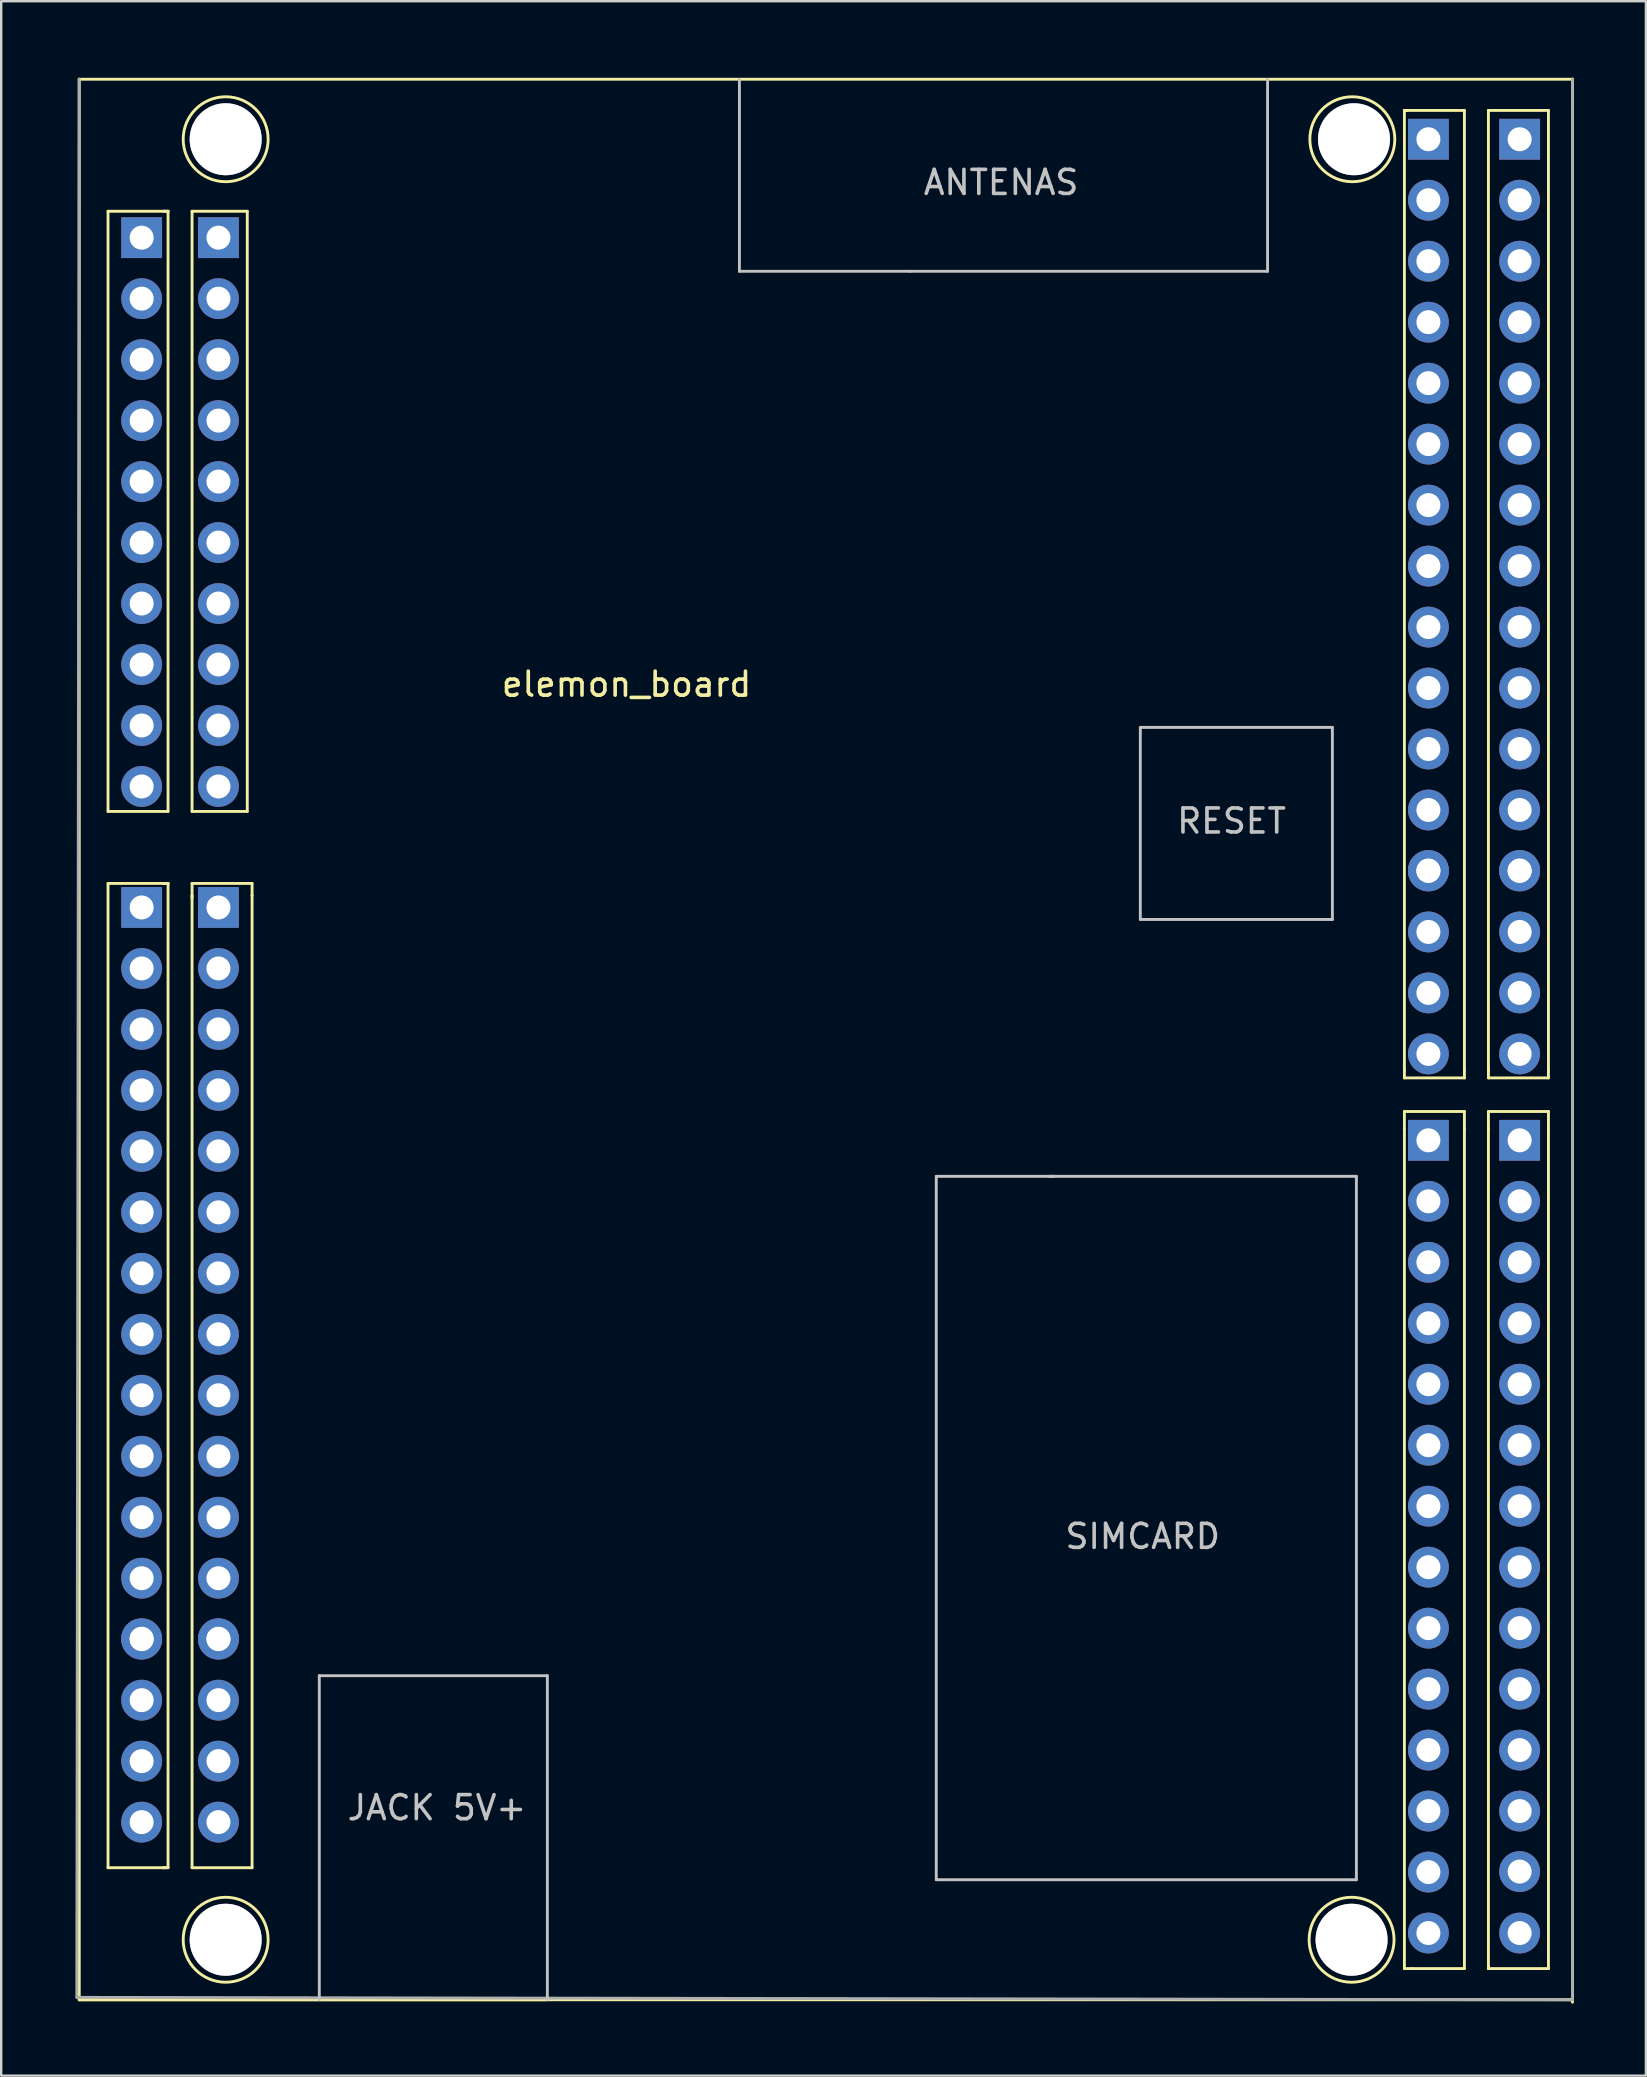
<source format=kicad_pcb>
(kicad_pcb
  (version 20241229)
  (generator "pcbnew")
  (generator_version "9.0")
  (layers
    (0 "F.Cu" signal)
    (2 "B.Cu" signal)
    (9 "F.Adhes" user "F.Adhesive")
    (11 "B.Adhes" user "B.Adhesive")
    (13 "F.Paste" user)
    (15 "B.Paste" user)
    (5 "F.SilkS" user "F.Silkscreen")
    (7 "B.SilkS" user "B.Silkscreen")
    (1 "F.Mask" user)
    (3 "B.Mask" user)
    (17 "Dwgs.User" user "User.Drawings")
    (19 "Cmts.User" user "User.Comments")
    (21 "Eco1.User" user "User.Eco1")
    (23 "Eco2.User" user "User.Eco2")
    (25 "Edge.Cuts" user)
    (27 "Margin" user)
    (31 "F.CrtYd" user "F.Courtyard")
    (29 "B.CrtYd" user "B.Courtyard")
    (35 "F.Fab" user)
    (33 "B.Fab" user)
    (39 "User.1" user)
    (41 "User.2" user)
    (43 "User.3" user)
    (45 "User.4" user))
  (footprint "elemon_board"
    (layer "F.Cu")
    (at 0.25 0.25)
    (property "Reference" "elemon_board" (at 22.8 25.2 0) (layer "F.SilkS") (effects (font (size 1 1) (thickness 0.15))))
    (attr through_hole)
    (fp_line (start 0 0) (end 62.2 0) (stroke (width 0.12) (type solid)) (layer "F.SilkS"))
    (fp_line (start 0 80) (end 0 0) (stroke (width 0.12) (type solid)) (layer "F.SilkS"))
    (fp_line (start 0 80) (end 19.5 80) (stroke (width 0.12) (type solid)) (layer "F.SilkS"))
    (fp_line (start 0.1 80) (end 0 80) (stroke (width 0.12) (type solid)) (layer "F.SilkS"))
    (fp_line (start 0.1 80) (end 62.1 80) (stroke (width 0.12) (type solid)) (layer "F.SilkS"))
    (fp_line (start 1.2 5.5) (end 3.7 5.5) (stroke (width 0.12) (type solid)) (layer "F.SilkS"))
    (fp_line (start 1.2 30.5) (end 1.2 5.5) (stroke (width 0.12) (type solid)) (layer "F.SilkS"))
    (fp_line (start 1.2 30.5) (end 3.7 30.5) (stroke (width 0.12) (type solid)) (layer "F.SilkS"))
    (fp_line (start 1.2 33.5) (end 1.2 74.5) (stroke (width 0.12) (type solid)) (layer "F.SilkS"))
    (fp_line (start 1.2 33.5) (end 3.7 33.5) (stroke (width 0.12) (type solid)) (layer "F.SilkS"))
    (fp_line (start 1.2 74.5) (end 3.6 74.5) (stroke (width 0.12) (type solid)) (layer "F.SilkS"))
    (fp_line (start 3.5 5.5) (end 3.7 5.5) (stroke (width 0.12) (type solid)) (layer "F.SilkS"))
    (fp_line (start 3.5 33.5) (end 3.7 33.5) (stroke (width 0.12) (type solid)) (layer "F.SilkS"))
    (fp_line (start 3.7 5.5) (end 3.7 30.5) (stroke (width 0.12) (type solid)) (layer "F.SilkS"))
    (fp_line (start 3.7 33.5) (end 3.7 74.5) (stroke (width 0.12) (type solid)) (layer "F.SilkS"))
    (fp_line (start 3.7 74.5) (end 3.5 74.5) (stroke (width 0.12) (type solid)) (layer "F.SilkS"))
    (fp_line (start 4.7 5.5) (end 7 5.5) (stroke (width 0.12) (type solid)) (layer "F.SilkS"))
    (fp_line (start 4.7 30.5) (end 4.7 5.5) (stroke (width 0.12) (type solid)) (layer "F.SilkS"))
    (fp_line (start 4.7 30.5) (end 7 30.5) (stroke (width 0.12) (type solid)) (layer "F.SilkS"))
    (fp_line (start 4.7 33.5) (end 4.7 34.1) (stroke (width 0.12) (type solid)) (layer "F.SilkS"))
    (fp_line (start 4.7 34) (end 4.7 74.5) (stroke (width 0.12) (type solid)) (layer "F.SilkS"))
    (fp_line (start 4.7 74.5) (end 7.2 74.5) (stroke (width 0.12) (type solid)) (layer "F.SilkS"))
    (fp_line (start 7 30.5) (end 7 5.5) (stroke (width 0.12) (type solid)) (layer "F.SilkS"))
    (fp_line (start 7.2 33.5) (end 4.7 33.5) (stroke (width 0.12) (type solid)) (layer "F.SilkS"))
    (fp_line (start 7.2 34) (end 7.2 33.5) (stroke (width 0.12) (type solid)) (layer "F.SilkS"))
    (fp_line (start 7.2 34) (end 7.2 74.5) (stroke (width 0.12) (type solid)) (layer "F.SilkS"))
    (fp_line (start 55.2 1.3) (end 55.3 1.3) (stroke (width 0.12) (type solid)) (layer "F.SilkS"))
    (fp_line (start 55.2 41.3) (end 55.2 1.3) (stroke (width 0.12) (type solid)) (layer "F.SilkS"))
    (fp_line (start 55.2 41.6) (end 55.2 41.3) (stroke (width 0.12) (type solid)) (layer "F.SilkS"))
    (fp_line (start 55.2 43) (end 55.2 43.7) (stroke (width 0.12) (type solid)) (layer "F.SilkS"))
    (fp_line (start 55.2 43.7) (end 55.2 78.7) (stroke (width 0.12) (type solid)) (layer "F.SilkS"))
    (fp_line (start 55.2 78.7) (end 55.5 78.7) (stroke (width 0.12) (type solid)) (layer "F.SilkS"))
    (fp_line (start 55.3 1.3) (end 55.2 1.3) (stroke (width 0.12) (type solid)) (layer "F.SilkS"))
    (fp_line (start 55.3 1.3) (end 57.7 1.3) (stroke (width 0.12) (type solid)) (layer "F.SilkS"))
    (fp_line (start 57.7 41.3) (end 57.7 1.3) (stroke (width 0.12) (type solid)) (layer "F.SilkS"))
    (fp_line (start 57.7 41.3) (end 57.7 41.6) (stroke (width 0.12) (type solid)) (layer "F.SilkS"))
    (fp_line (start 57.7 41.6) (end 55.2 41.6) (stroke (width 0.12) (type solid)) (layer "F.SilkS"))
    (fp_line (start 57.7 43) (end 55.2 43) (stroke (width 0.12) (type solid)) (layer "F.SilkS"))
    (fp_line (start 57.7 43.7) (end 57.7 43) (stroke (width 0.12) (type solid)) (layer "F.SilkS"))
    (fp_line (start 57.7 43.7) (end 57.7 78.7) (stroke (width 0.12) (type solid)) (layer "F.SilkS"))
    (fp_line (start 57.7 78.7) (end 55.5 78.7) (stroke (width 0.12) (type solid)) (layer "F.SilkS"))
    (fp_line (start 58.7 1.3) (end 61.2 1.3) (stroke (width 0.12) (type solid)) (layer "F.SilkS"))
    (fp_line (start 58.7 41.3) (end 58.7 1.3) (stroke (width 0.12) (type solid)) (layer "F.SilkS"))
    (fp_line (start 58.7 41.6) (end 58.7 41.2) (stroke (width 0.12) (type solid)) (layer "F.SilkS"))
    (fp_line (start 58.7 43) (end 61.2 43) (stroke (width 0.12) (type solid)) (layer "F.SilkS"))
    (fp_line (start 58.7 43.7) (end 58.7 43) (stroke (width 0.12) (type solid)) (layer "F.SilkS"))
    (fp_line (start 58.7 78.6) (end 58.7 78.7) (stroke (width 0.12) (type solid)) (layer "F.SilkS"))
    (fp_line (start 58.7 78.7) (end 58.7 43.7) (stroke (width 0.12) (type solid)) (layer "F.SilkS"))
    (fp_line (start 58.7 78.7) (end 58.7 78.6) (stroke (width 0.12) (type solid)) (layer "F.SilkS"))
    (fp_line (start 58.7 78.7) (end 61.2 78.7) (stroke (width 0.12) (type solid)) (layer "F.SilkS"))
    (fp_line (start 61.2 1.3) (end 61.2 41.3) (stroke (width 0.12) (type solid)) (layer "F.SilkS"))
    (fp_line (start 61.2 41.3) (end 61.2 41.6) (stroke (width 0.12) (type solid)) (layer "F.SilkS"))
    (fp_line (start 61.2 41.6) (end 58.7 41.6) (stroke (width 0.12) (type solid)) (layer "F.SilkS"))
    (fp_line (start 61.2 43.7) (end 61.2 43) (stroke (width 0.12) (type solid)) (layer "F.SilkS"))
    (fp_line (start 61.2 43.7) (end 61.2 78.7) (stroke (width 0.12) (type solid)) (layer "F.SilkS"))
    (fp_line (start 62.1 80) (end 62.2 80) (stroke (width 0.12) (type solid)) (layer "F.SilkS"))
    (fp_line (start 62.2 0) (end 62.2 1) (stroke (width 0.12) (type solid)) (layer "F.SilkS"))
    (fp_line (start 62.2 0) (end 62.2 80.1) (stroke (width 0.12) (type solid)) (layer "F.SilkS"))
    (fp_circle (center 2.6 6.6) (end 2.8 6.4) (stroke (width 0.12) (type solid)) (fill no) (layer "F.SilkS"))
    (fp_circle (center 2.6 34.5) (end 2.9 34.4) (stroke (width 0.12) (type solid)) (fill no) (layer "F.SilkS"))
    (fp_circle (center 5.8 6.7) (end 6 6.5) (stroke (width 0.12) (type solid)) (fill no) (layer "F.SilkS"))
    (fp_circle (center 5.8 34.5) (end 6 34.2) (stroke (width 0.12) (type solid)) (fill no) (layer "F.SilkS"))
    (fp_circle (center 6.1 2.5) (end 7.4 3.7) (stroke (width 0.12) (type solid)) (fill no) (layer "F.SilkS"))
    (fp_circle (center 6.1 77.5) (end 7.4 78.7) (stroke (width 0.12) (type solid)) (fill no) (layer "F.SilkS"))
    (fp_circle (center 53 77.5) (end 54.3 78.7) (stroke (width 0.12) (type solid)) (fill no) (layer "F.SilkS"))
    (fp_circle (center 53.031 2.5) (end 54.331 3.7) (stroke (width 0.12) (type solid)) (fill no) (layer "F.SilkS"))
    (fp_circle (center 56.2 2.5) (end 56.4 2.3) (stroke (width 0.12) (type solid)) (fill no) (layer "F.SilkS"))
    (fp_circle (center 56.2 44.2) (end 56.483 44.2) (stroke (width 0.12) (type solid)) (fill no) (layer "F.SilkS"))
    (fp_circle (center 60 2.5) (end 60.2 2.3) (stroke (width 0.12) (type solid)) (fill no) (layer "F.SilkS"))
    (fp_circle (center 60 44.2) (end 60.283 44.2) (stroke (width 0.12) (type solid)) (fill no) (layer "F.SilkS"))
    (fp_line (start 10 66.5) (end 10 80) (stroke (width 0.12) (type solid)) (layer "Dwgs.User"))
    (fp_line (start 19.5 66.5) (end 10 66.5) (stroke (width 0.12) (type solid)) (layer "Dwgs.User"))
    (fp_line (start 19.5 80) (end 19.5 66.5) (stroke (width 0.12) (type solid)) (layer "Dwgs.User"))
    (fp_line (start 27.5 0) (end 27.5 8) (stroke (width 0.12) (type solid)) (layer "Dwgs.User"))
    (fp_line (start 27.5 8) (end 34.6 8) (stroke (width 0.12) (type solid)) (layer "Dwgs.User"))
    (fp_line (start 35.7 45.7) (end 40.6 45.7) (stroke (width 0.12) (type solid)) (layer "Dwgs.User"))
    (fp_line (start 35.7 75) (end 35.7 45.7) (stroke (width 0.12) (type solid)) (layer "Dwgs.User"))
    (fp_line (start 35.7 75) (end 53.2 75) (stroke (width 0.12) (type solid)) (layer "Dwgs.User"))
    (fp_line (start 44.2 27) (end 44.2 35) (stroke (width 0.12) (type solid)) (layer "Dwgs.User"))
    (fp_line (start 44.2 35) (end 52.2 35) (stroke (width 0.12) (type solid)) (layer "Dwgs.User"))
    (fp_line (start 49.5 0) (end 49.5 8) (stroke (width 0.12) (type solid)) (layer "Dwgs.User"))
    (fp_line (start 49.5 8) (end 34.6 8) (stroke (width 0.12) (type solid)) (layer "Dwgs.User"))
    (fp_line (start 52.2 27) (end 44.2 27) (stroke (width 0.12) (type solid)) (layer "Dwgs.User"))
    (fp_line (start 52.2 27) (end 52.2 35) (stroke (width 0.12) (type solid)) (layer "Dwgs.User"))
    (fp_line (start 53.2 45.7) (end 40.4 45.7) (stroke (width 0.12) (type solid)) (layer "Dwgs.User"))
    (fp_line (start 53.2 75) (end 53.2 45.7) (stroke (width 0.12) (type solid)) (layer "Dwgs.User"))
    (fp_line (start -0.1 79.9) (end 0 0) (stroke (width 0.12) (type solid)) (layer "F.Fab"))
    (fp_line (start 62.2 0) (end 62.2 80) (stroke (width 0.12) (type solid)) (layer "F.Fab"))
    (fp_line (start 62.2 80) (end -0.1 79.9) (stroke (width 0.12) (type solid)) (layer "F.Fab"))
    (fp_text user "SIMCARD" (at 44.3 60.7 0) (layer "Dwgs.User") (effects (font (size 1 1) (thickness 0.15))))
    (fp_text user "JACK 5V+" (at 14.9 72 0) (layer "Dwgs.User") (effects (font (size 1 1) (thickness 0.15))))
    (fp_text user "RESET" (at 48 30.9 0) (layer "Dwgs.User") (effects (font (size 1 1) (thickness 0.15))))
    (fp_text user "ANTENAS" (at 38.4 4.3 0) (layer "Dwgs.User") (effects (font (size 1 1) (thickness 0.15))))
    (pad "1" thru_hole rect (at 2.6 6.6) (size 1.7 1.7) (drill 1) (layers "*.Cu" "*.Mask"))
    (pad "1" thru_hole rect (at 5.8 6.6) (size 1.7 1.7) (drill 1) (layers "*.Cu" "*.Mask"))
    (pad "2" thru_hole circle (at 2.6 9.14) (size 1.7 1.7) (drill 1) (layers "*.Cu" "*.Mask"))
    (pad "2" thru_hole circle (at 5.8 9.14) (size 1.7 1.7) (drill 1) (layers "*.Cu" "*.Mask"))
    (pad "2" thru_hole circle (at 6.1 2.5) (size 3 3) (drill 3) (layers "*.Cu" "*.Mask"))
    (pad "2" thru_hole circle (at 6.1 77.5) (size 3 3) (drill 3) (layers "*.Cu" "*.Mask"))
    (pad "2" thru_hole circle (at 53 77.5) (size 3 3) (drill 3) (layers "*.Cu" "*.Mask"))
    (pad "2" thru_hole circle (at 53.1 2.5) (size 3 3) (drill 3) (layers "*.Cu" "*.Mask"))
    (pad "3" thru_hole circle (at 2.6 11.68) (size 1.7 1.7) (drill 1) (layers "*.Cu" "*.Mask"))
    (pad "3" thru_hole circle (at 5.8 11.68) (size 1.7 1.7) (drill 1) (layers "*.Cu" "*.Mask"))
    (pad "4" thru_hole circle (at 2.6 14.22) (size 1.7 1.7) (drill 1) (layers "*.Cu" "*.Mask"))
    (pad "4" thru_hole circle (at 5.8 14.22) (size 1.7 1.7) (drill 1) (layers "*.Cu" "*.Mask"))
    (pad "5" thru_hole circle (at 2.6 16.76) (size 1.7 1.7) (drill 1) (layers "*.Cu" "*.Mask"))
    (pad "5" thru_hole circle (at 5.8 16.76) (size 1.7 1.7) (drill 1) (layers "*.Cu" "*.Mask"))
    (pad "6" thru_hole circle (at 2.6 19.3) (size 1.7 1.7) (drill 1) (layers "*.Cu" "*.Mask"))
    (pad "6" thru_hole circle (at 5.8 19.3) (size 1.7 1.7) (drill 1) (layers "*.Cu" "*.Mask"))
    (pad "7" thru_hole circle (at 2.6 21.84) (size 1.7 1.7) (drill 1) (layers "*.Cu" "*.Mask"))
    (pad "7" thru_hole circle (at 5.8 21.84) (size 1.7 1.7) (drill 1) (layers "*.Cu" "*.Mask"))
    (pad "8" thru_hole circle (at 2.6 24.38) (size 1.7 1.7) (drill 1) (layers "*.Cu" "*.Mask"))
    (pad "8" thru_hole circle (at 5.8 24.38) (size 1.7 1.7) (drill 1) (layers "*.Cu" "*.Mask"))
    (pad "9" thru_hole circle (at 2.6 26.92) (size 1.7 1.7) (drill 1) (layers "*.Cu" "*.Mask"))
    (pad "9" thru_hole circle (at 5.8 26.92) (size 1.7 1.7) (drill 1) (layers "*.Cu" "*.Mask"))
    (pad "10" thru_hole circle (at 2.6 29.46) (size 1.7 1.7) (drill 1) (layers "*.Cu" "*.Mask"))
    (pad "10" thru_hole circle (at 5.8 29.46) (size 1.7 1.7) (drill 1) (layers "*.Cu" "*.Mask"))
    (pad "11" thru_hole rect (at 2.6 34.5) (size 1.7 1.7) (drill 1) (layers "*.Cu" "*.Mask"))
    (pad "11" thru_hole rect (at 5.8 34.5) (size 1.7 1.7) (drill 1) (layers "*.Cu" "*.Mask"))
    (pad "12" thru_hole circle (at 2.6 37.04) (size 1.7 1.7) (drill 1) (layers "*.Cu" "*.Mask"))
    (pad "12" thru_hole circle (at 5.8 37.04) (size 1.7 1.7) (drill 1) (layers "*.Cu" "*.Mask"))
    (pad "13" thru_hole circle (at 2.6 39.58) (size 1.7 1.7) (drill 1) (layers "*.Cu" "*.Mask"))
    (pad "13" thru_hole circle (at 5.8 39.58) (size 1.7 1.7) (drill 1) (layers "*.Cu" "*.Mask"))
    (pad "14" thru_hole circle (at 2.6 42.12) (size 1.7 1.7) (drill 1) (layers "*.Cu" "*.Mask"))
    (pad "14" thru_hole circle (at 5.8 42.12) (size 1.7 1.7) (drill 1) (layers "*.Cu" "*.Mask"))
    (pad "15" thru_hole circle (at 2.6 44.66) (size 1.7 1.7) (drill 1) (layers "*.Cu" "*.Mask"))
    (pad "15" thru_hole circle (at 5.8 44.66) (size 1.7 1.7) (drill 1) (layers "*.Cu" "*.Mask"))
    (pad "16" thru_hole circle (at 2.6 47.2) (size 1.7 1.7) (drill 1) (layers "*.Cu" "*.Mask"))
    (pad "16" thru_hole circle (at 5.8 47.2) (size 1.7 1.7) (drill 1) (layers "*.Cu" "*.Mask"))
    (pad "17" thru_hole circle (at 2.6 49.74) (size 1.7 1.7) (drill 1) (layers "*.Cu" "*.Mask"))
    (pad "17" thru_hole circle (at 5.8 49.74) (size 1.7 1.7) (drill 1) (layers "*.Cu" "*.Mask"))
    (pad "18" thru_hole circle (at 2.6 52.28) (size 1.7 1.7) (drill 1) (layers "*.Cu" "*.Mask"))
    (pad "18" thru_hole circle (at 5.8 52.28) (size 1.7 1.7) (drill 1) (layers "*.Cu" "*.Mask"))
    (pad "19" thru_hole circle (at 2.6 54.82) (size 1.7 1.7) (drill 1) (layers "*.Cu" "*.Mask"))
    (pad "19" thru_hole circle (at 5.8 54.82) (size 1.7 1.7) (drill 1) (layers "*.Cu" "*.Mask"))
    (pad "20" thru_hole circle (at 2.6 57.36) (size 1.7 1.7) (drill 1) (layers "*.Cu" "*.Mask"))
    (pad "20" thru_hole circle (at 5.8 57.36) (size 1.7 1.7) (drill 1) (layers "*.Cu" "*.Mask"))
    (pad "21" thru_hole circle (at 2.6 59.9) (size 1.7 1.7) (drill 1) (layers "*.Cu" "*.Mask"))
    (pad "21" thru_hole circle (at 5.8 59.9) (size 1.7 1.7) (drill 1) (layers "*.Cu" "*.Mask"))
    (pad "22" thru_hole circle (at 2.6 62.44) (size 1.7 1.7) (drill 1) (layers "*.Cu" "*.Mask"))
    (pad "22" thru_hole circle (at 5.8 62.44) (size 1.7 1.7) (drill 1) (layers "*.Cu" "*.Mask"))
    (pad "23" thru_hole circle (at 2.6 64.96) (size 1.7 1.7) (drill 1) (layers "*.Cu" "*.Mask"))
    (pad "23" thru_hole circle (at 5.8 64.96) (size 1.7 1.7) (drill 1) (layers "*.Cu" "*.Mask"))
    (pad "24" thru_hole circle (at 2.6 64.98) (size 1.7 1.7) (drill 1) (layers "*.Cu" "*.Mask"))
    (pad "24" thru_hole circle (at 5.8 64.98) (size 1.7 1.7) (drill 1) (layers "*.Cu" "*.Mask"))
    (pad "25" thru_hole circle (at 2.6 67.52) (size 1.7 1.7) (drill 1) (layers "*.Cu" "*.Mask"))
    (pad "25" thru_hole circle (at 5.8 67.52) (size 1.7 1.7) (drill 1) (layers "*.Cu" "*.Mask"))
    (pad "26" thru_hole circle (at 2.6 70.06) (size 1.7 1.7) (drill 1) (layers "*.Cu" "*.Mask"))
    (pad "26" thru_hole circle (at 5.8 70.06) (size 1.7 1.7) (drill 1) (layers "*.Cu" "*.Mask"))
    (pad "27" thru_hole circle (at 2.6 72.6) (size 1.7 1.7) (drill 1) (layers "*.Cu" "*.Mask"))
    (pad "27" thru_hole circle (at 5.8 72.6) (size 1.7 1.7) (drill 1) (layers "*.Cu" "*.Mask"))
    (pad "28" thru_hole rect (at 56.2 2.5) (size 1.7 1.7) (drill 1) (layers "*.Cu" "*.Mask"))
    (pad "28" thru_hole rect (at 60 2.5) (size 1.7 1.7) (drill 1) (layers "*.Cu" "*.Mask"))
    (pad "29" thru_hole circle (at 56.2 5.04) (size 1.7 1.7) (drill 1) (layers "*.Cu" "*.Mask"))
    (pad "29" thru_hole circle (at 60 5.04) (size 1.7 1.7) (drill 1) (layers "*.Cu" "*.Mask"))
    (pad "30" thru_hole circle (at 56.2 7.58) (size 1.7 1.7) (drill 1) (layers "*.Cu" "*.Mask"))
    (pad "30" thru_hole circle (at 60 7.58) (size 1.7 1.7) (drill 1) (layers "*.Cu" "*.Mask"))
    (pad "31" thru_hole circle (at 56.2 10.12) (size 1.7 1.7) (drill 1) (layers "*.Cu" "*.Mask"))
    (pad "31" thru_hole circle (at 60 10.12) (size 1.7 1.7) (drill 1) (layers "*.Cu" "*.Mask"))
    (pad "32" thru_hole circle (at 56.2 12.66) (size 1.7 1.7) (drill 1) (layers "*.Cu" "*.Mask"))
    (pad "32" thru_hole circle (at 60 12.66) (size 1.7 1.7) (drill 1) (layers "*.Cu" "*.Mask"))
    (pad "33" thru_hole circle (at 56.2 15.2) (size 1.7 1.7) (drill 1) (layers "*.Cu" "*.Mask"))
    (pad "33" thru_hole circle (at 60 15.2) (size 1.7 1.7) (drill 1) (layers "*.Cu" "*.Mask"))
    (pad "34" thru_hole circle (at 56.2 17.74) (size 1.7 1.7) (drill 1) (layers "*.Cu" "*.Mask"))
    (pad "34" thru_hole circle (at 60 17.74) (size 1.7 1.7) (drill 1) (layers "*.Cu" "*.Mask"))
    (pad "35" thru_hole circle (at 56.2 20.28) (size 1.7 1.7) (drill 1) (layers "*.Cu" "*.Mask"))
    (pad "35" thru_hole circle (at 60 20.28) (size 1.7 1.7) (drill 1) (layers "*.Cu" "*.Mask"))
    (pad "36" thru_hole circle (at 56.2 22.82) (size 1.7 1.7) (drill 1) (layers "*.Cu" "*.Mask"))
    (pad "36" thru_hole circle (at 60 22.82) (size 1.7 1.7) (drill 1) (layers "*.Cu" "*.Mask"))
    (pad "37" thru_hole circle (at 56.2 25.36) (size 1.7 1.7) (drill 1) (layers "*.Cu" "*.Mask"))
    (pad "37" thru_hole circle (at 60 25.36) (size 1.7 1.7) (drill 1) (layers "*.Cu" "*.Mask"))
    (pad "38" thru_hole circle (at 56.2 27.9) (size 1.7 1.7) (drill 1) (layers "*.Cu" "*.Mask"))
    (pad "38" thru_hole circle (at 60 27.9) (size 1.7 1.7) (drill 1) (layers "*.Cu" "*.Mask"))
    (pad "39" thru_hole circle (at 56.2 30.44) (size 1.7 1.7) (drill 1) (layers "*.Cu" "*.Mask"))
    (pad "39" thru_hole circle (at 60 30.44) (size 1.7 1.7) (drill 1) (layers "*.Cu" "*.Mask"))
    (pad "40" thru_hole circle (at 56.2 32.98) (size 1.7 1.7) (drill 1) (layers "*.Cu" "*.Mask"))
    (pad "40" thru_hole circle (at 60 32.96) (size 1.7 1.7) (drill 1) (layers "*.Cu" "*.Mask"))
    (pad "41" thru_hole circle (at 56.2 32.96) (size 1.7 1.7) (drill 1) (layers "*.Cu" "*.Mask"))
    (pad "41" thru_hole circle (at 60 32.98) (size 1.7 1.7) (drill 1) (layers "*.Cu" "*.Mask"))
    (pad "42" thru_hole circle (at 56.2 35.52) (size 1.7 1.7) (drill 1) (layers "*.Cu" "*.Mask"))
    (pad "42" thru_hole circle (at 60 35.52) (size 1.7 1.7) (drill 1) (layers "*.Cu" "*.Mask"))
    (pad "43" thru_hole circle (at 56.2 38.06) (size 1.7 1.7) (drill 1) (layers "*.Cu" "*.Mask"))
    (pad "43" thru_hole circle (at 60 38.06) (size 1.7 1.7) (drill 1) (layers "*.Cu" "*.Mask"))
    (pad "44" thru_hole circle (at 56.2 40.6) (size 1.7 1.7) (drill 1) (layers "*.Cu" "*.Mask"))
    (pad "44" thru_hole circle (at 60 40.6) (size 1.7 1.7) (drill 1) (layers "*.Cu" "*.Mask"))
    (pad "45" thru_hole rect (at 56.2 44.2) (size 1.7 1.7) (drill 1) (layers "*.Cu" "*.Mask"))
    (pad "45" thru_hole rect (at 60 44.2) (size 1.7 1.7) (drill 1) (layers "*.Cu" "*.Mask"))
    (pad "46" thru_hole circle (at 56.2 46.74) (size 1.7 1.7) (drill 1) (layers "*.Cu" "*.Mask"))
    (pad "46" thru_hole circle (at 60 46.74) (size 1.7 1.7) (drill 1) (layers "*.Cu" "*.Mask"))
    (pad "47" thru_hole circle (at 56.2 49.28) (size 1.7 1.7) (drill 1) (layers "*.Cu" "*.Mask"))
    (pad "47" thru_hole circle (at 60 49.28) (size 1.7 1.7) (drill 1) (layers "*.Cu" "*.Mask"))
    (pad "48" thru_hole circle (at 56.2 51.82) (size 1.7 1.7) (drill 1) (layers "*.Cu" "*.Mask"))
    (pad "48" thru_hole circle (at 60 51.82) (size 1.7 1.7) (drill 1) (layers "*.Cu" "*.Mask"))
    (pad "49" thru_hole circle (at 56.2 54.36) (size 1.7 1.7) (drill 1) (layers "*.Cu" "*.Mask"))
    (pad "49" thru_hole circle (at 60 54.36) (size 1.7 1.7) (drill 1) (layers "*.Cu" "*.Mask"))
    (pad "50" thru_hole circle (at 56.2 56.9) (size 1.7 1.7) (drill 1) (layers "*.Cu" "*.Mask"))
    (pad "50" thru_hole circle (at 60 56.9) (size 1.7 1.7) (drill 1) (layers "*.Cu" "*.Mask"))
    (pad "51" thru_hole circle (at 56.2 59.44) (size 1.7 1.7) (drill 1) (layers "*.Cu" "*.Mask"))
    (pad "51" thru_hole circle (at 60 59.44) (size 1.7 1.7) (drill 1) (layers "*.Cu" "*.Mask"))
    (pad "52" thru_hole circle (at 56.2 61.98) (size 1.7 1.7) (drill 1) (layers "*.Cu" "*.Mask"))
    (pad "52" thru_hole circle (at 60 61.98) (size 1.7 1.7) (drill 1) (layers "*.Cu" "*.Mask"))
    (pad "53" thru_hole circle (at 56.2 64.52) (size 1.7 1.7) (drill 1) (layers "*.Cu" "*.Mask"))
    (pad "53" thru_hole circle (at 60 64.52) (size 1.7 1.7) (drill 1) (layers "*.Cu" "*.Mask"))
    (pad "54" thru_hole circle (at 56.2 67.06) (size 1.7 1.7) (drill 1) (layers "*.Cu" "*.Mask"))
    (pad "54" thru_hole circle (at 60 67.06) (size 1.7 1.7) (drill 1) (layers "*.Cu" "*.Mask"))
    (pad "55" thru_hole circle (at 56.2 69.6) (size 1.7 1.7) (drill 1) (layers "*.Cu" "*.Mask"))
    (pad "55" thru_hole circle (at 60 69.6) (size 1.7 1.7) (drill 1) (layers "*.Cu" "*.Mask"))
    (pad "56" thru_hole circle (at 56.2 72.14) (size 1.7 1.7) (drill 1) (layers "*.Cu" "*.Mask"))
    (pad "56" thru_hole circle (at 60 72.14) (size 1.7 1.7) (drill 1) (layers "*.Cu" "*.Mask"))
    (pad "57" thru_hole circle (at 56.2 74.68) (size 1.7 1.7) (drill 1) (layers "*.Cu" "*.Mask"))
    (pad "57" thru_hole circle (at 60 74.66) (size 1.7 1.7) (drill 1) (layers "*.Cu" "*.Mask"))
    (pad "58" thru_hole circle (at 56.2 77.22) (size 1.7 1.7) (drill 1) (layers "*.Cu" "*.Mask"))
    (pad "58" thru_hole circle (at 60 77.22) (size 1.7 1.7) (drill 1) (layers "*.Cu" "*.Mask")))
  (gr_rect
    (start -3 -3)
    (end 65.51 83.41)
    (stroke (width 0.1) (type default))
    (fill no)
    (layer "Edge.Cuts")))
</source>
